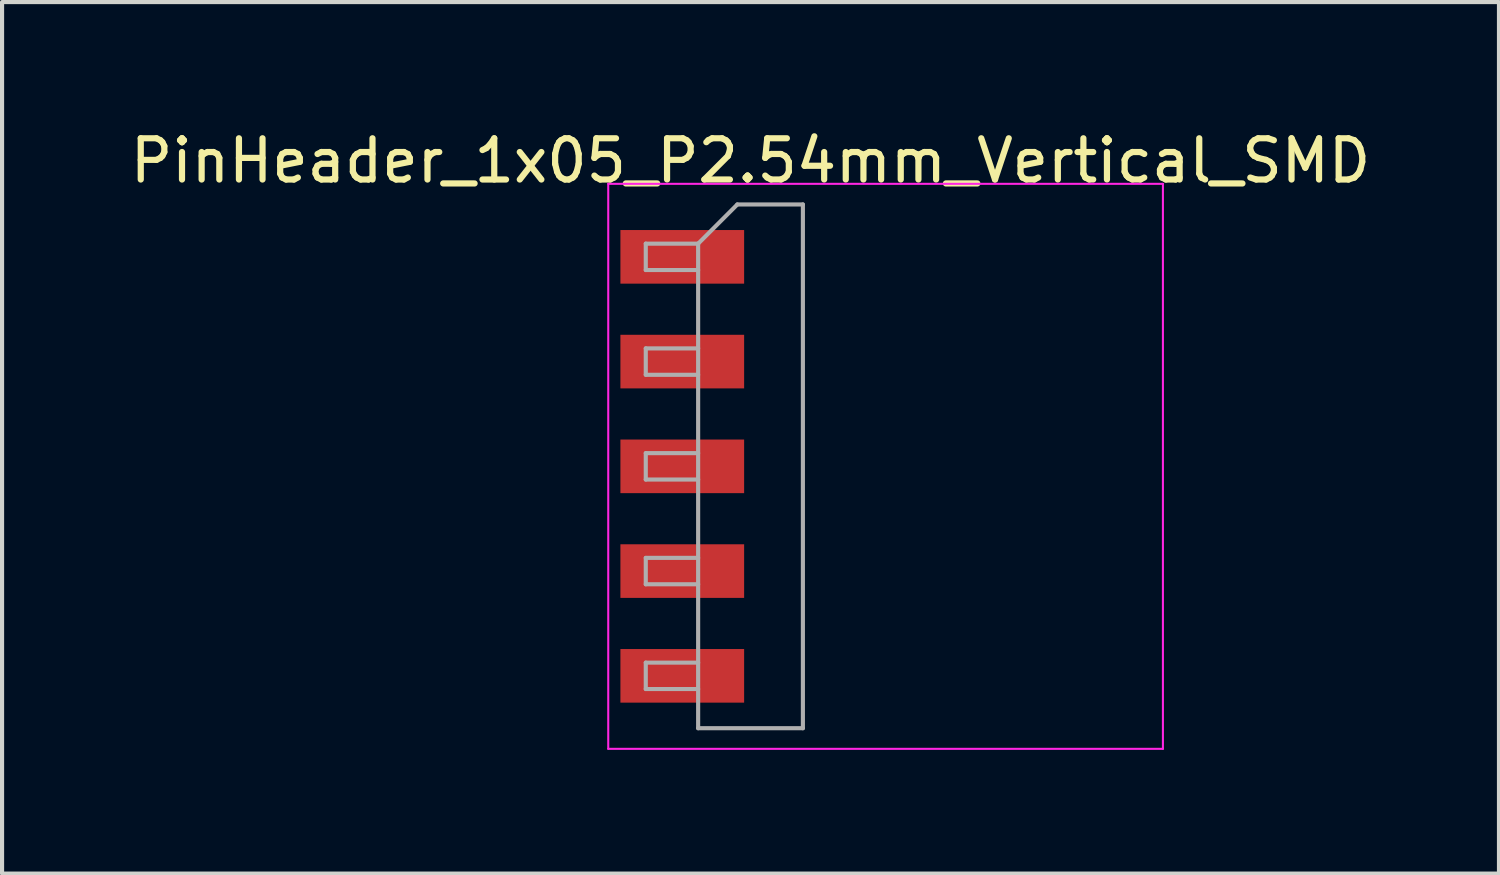
<source format=kicad_pcb>
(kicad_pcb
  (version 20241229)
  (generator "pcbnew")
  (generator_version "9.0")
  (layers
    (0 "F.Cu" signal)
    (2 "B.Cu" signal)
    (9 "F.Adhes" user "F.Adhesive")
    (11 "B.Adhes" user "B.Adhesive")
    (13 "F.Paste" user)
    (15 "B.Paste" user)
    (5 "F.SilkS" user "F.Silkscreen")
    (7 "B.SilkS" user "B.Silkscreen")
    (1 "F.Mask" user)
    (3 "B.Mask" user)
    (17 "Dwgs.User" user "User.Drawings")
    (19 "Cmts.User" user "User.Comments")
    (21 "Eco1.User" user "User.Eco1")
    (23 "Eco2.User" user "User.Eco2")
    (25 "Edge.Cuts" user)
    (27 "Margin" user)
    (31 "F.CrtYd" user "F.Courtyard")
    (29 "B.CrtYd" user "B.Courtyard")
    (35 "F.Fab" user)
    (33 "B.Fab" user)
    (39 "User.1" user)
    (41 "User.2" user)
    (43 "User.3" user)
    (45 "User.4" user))
  (footprint "PinHeader_1x05_P2.54mm_Vertical_SMD"
    (layer "F.Cu")
    (at 15.149 8.258)
    (property "Reference" "PinHeader_1x05_P2.54mm_Vertical_SMD" (at 0 -7.41 0) (layer "F.SilkS") (effects (font (size 1 1) (thickness 0.15))))
    (attr smd)
    (fp_line (start -3.45 -6.85) (end -3.45 6.85) (stroke (width 0.05) (type solid)) (layer "F.CrtYd"))
    (fp_line (start -3.45 6.85) (end 10 6.85) (stroke (width 0.05) (type solid)) (layer "F.CrtYd"))
    (fp_line (start 10 -6.85) (end -3.45 -6.85) (stroke (width 0.05) (type solid)) (layer "F.CrtYd"))
    (fp_line (start 10 6.85) (end 10 -6.85) (stroke (width 0.05) (type solid)) (layer "F.CrtYd"))
    (fp_line (start -2.54 -5.4) (end -2.54 -4.76) (stroke (width 0.1) (type solid)) (layer "F.Fab"))
    (fp_line (start -2.54 -4.76) (end -1.27 -4.76) (stroke (width 0.1) (type solid)) (layer "F.Fab"))
    (fp_line (start -2.54 -2.86) (end -2.54 -2.22) (stroke (width 0.1) (type solid)) (layer "F.Fab"))
    (fp_line (start -2.54 -2.22) (end -1.27 -2.22) (stroke (width 0.1) (type solid)) (layer "F.Fab"))
    (fp_line (start -2.54 -0.32) (end -2.54 0.32) (stroke (width 0.1) (type solid)) (layer "F.Fab"))
    (fp_line (start -2.54 0.32) (end -1.27 0.32) (stroke (width 0.1) (type solid)) (layer "F.Fab"))
    (fp_line (start -2.54 2.22) (end -2.54 2.86) (stroke (width 0.1) (type solid)) (layer "F.Fab"))
    (fp_line (start -2.54 2.86) (end -1.27 2.86) (stroke (width 0.1) (type solid)) (layer "F.Fab"))
    (fp_line (start -2.54 4.76) (end -2.54 5.4) (stroke (width 0.1) (type solid)) (layer "F.Fab"))
    (fp_line (start -2.54 5.4) (end -1.27 5.4) (stroke (width 0.1) (type solid)) (layer "F.Fab"))
    (fp_line (start -1.27 -5.4) (end -2.54 -5.4) (stroke (width 0.1) (type solid)) (layer "F.Fab"))
    (fp_line (start -1.27 -5.4) (end -0.32 -6.35) (stroke (width 0.1) (type solid)) (layer "F.Fab"))
    (fp_line (start -1.27 -2.86) (end -2.54 -2.86) (stroke (width 0.1) (type solid)) (layer "F.Fab"))
    (fp_line (start -1.27 -0.32) (end -2.54 -0.32) (stroke (width 0.1) (type solid)) (layer "F.Fab"))
    (fp_line (start -1.27 2.22) (end -2.54 2.22) (stroke (width 0.1) (type solid)) (layer "F.Fab"))
    (fp_line (start -1.27 4.76) (end -2.54 4.76) (stroke (width 0.1) (type solid)) (layer "F.Fab"))
    (fp_line (start -1.27 6.35) (end -1.27 -5.4) (stroke (width 0.1) (type solid)) (layer "F.Fab"))
    (fp_line (start -0.32 -6.35) (end 1.27 -6.35) (stroke (width 0.1) (type solid)) (layer "F.Fab"))
    (fp_line (start 1.27 -6.35) (end 1.27 6.35) (stroke (width 0.1) (type solid)) (layer "F.Fab"))
    (fp_line (start 1.27 6.35) (end -1.27 6.35) (stroke (width 0.1) (type solid)) (layer "F.Fab"))
    (pad "1" smd rect (at -1.655 -5.08) (size 3 1.3) (layers "F.Cu" "F.Mask" "F.Paste"))
    (pad "2" smd rect (at -1.655 -2.54) (size 3 1.3) (layers "F.Cu" "F.Mask" "F.Paste"))
    (pad "3" smd rect (at -1.655 0) (size 3 1.3) (layers "F.Cu" "F.Mask" "F.Paste"))
    (pad "4" smd rect (at -1.655 2.54) (size 3 1.3) (layers "F.Cu" "F.Mask" "F.Paste"))
    (pad "5" smd rect (at -1.655 5.08) (size 3 1.3) (layers "F.Cu" "F.Mask" "F.Paste")))
  (gr_rect
    (start -3 -3)
    (end 33.298 18.133)
    (stroke (width 0.1) (type default))
    (fill no)
    (layer "Edge.Cuts")))
</source>
